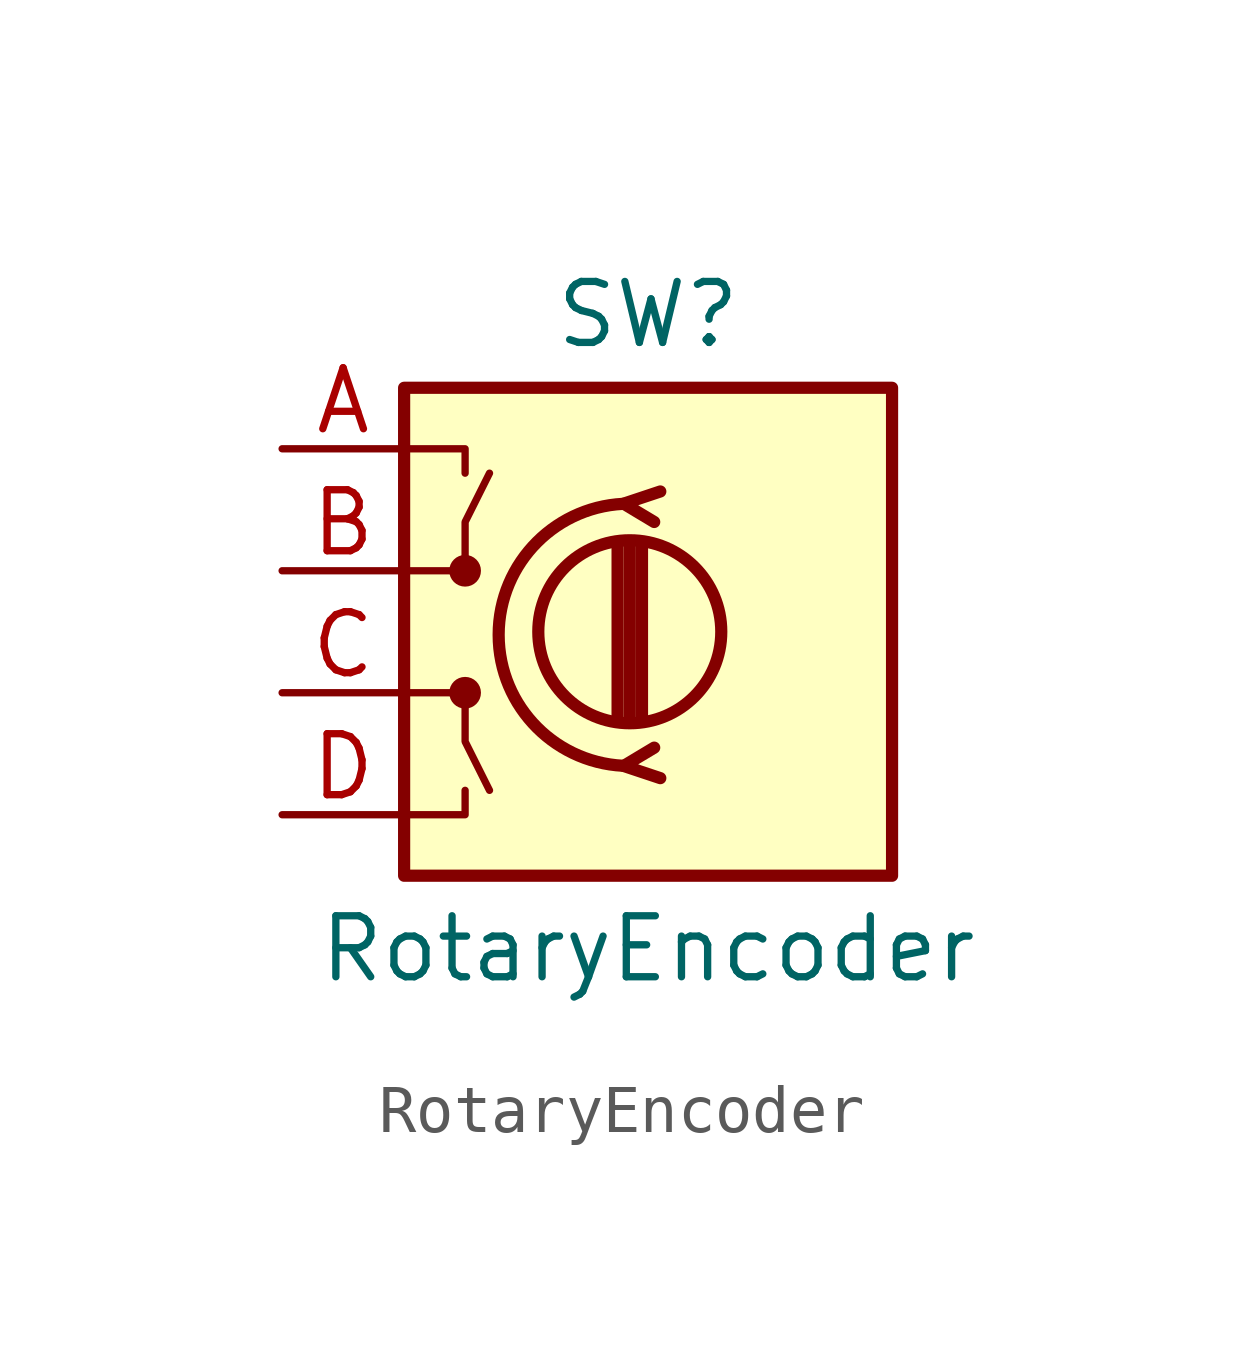
<source format=kicad_sym>
(kicad_symbol_lib
  (version 20220914)
  (generator kicad_symbol_editor)
  (symbol "RotaryEncoder"
    (pin_names
      (offset 0.254) hide)
    (property "Reference" "SW"
      (at 0 6.604 0)
      (effects (font (size 1.27 1.27))))
    (property "Value" "RotaryEncoder"
      (at 0 -6.604 0)
      (effects (font (size 1.27 1.27))))
    (symbol "RotaryEncoder_0_1"
      (rectangle (start -5.08 5.08) (end 5.08 -5.08) (stroke (width 0.254) (type default)) (fill (type background)))
      (circle (center -3.81 -1.27) (radius 0.254) (stroke (width 0) (type default)) (fill (type outline)))
      (circle (center -3.81 1.27) (radius 0.254) (stroke (width 0) (type default)) (fill (type outline)))
      (circle (center -0.381 0) (radius 1.905) (stroke (width 0.254) (type default)) (fill (type none)))
      (arc (start -0.381 2.667) (mid -3.0988 -0.0635) (end -0.381 -2.794) (stroke (width 0.254) (type default)) (fill (type none)))
      (polyline (pts (xy -0.635 -1.778) (xy -0.635 1.778)) (stroke (width 0.254) (type default)) (fill (type none)))
      (polyline (pts (xy -0.381 -1.778) (xy -0.381 1.778)) (stroke (width 0.254) (type default)) (fill (type none)))
      (polyline (pts (xy -0.127 1.778) (xy -0.127 -1.778)) (stroke (width 0.254) (type default)) (fill (type none)))
      (polyline (pts (xy -5.08 -3.81) (xy -3.81 -3.81) (xy -3.81 -3.302)) (stroke (width 0) (type default)) (fill (type none)))
      (polyline (pts (xy -5.08 3.81) (xy -3.81 3.81) (xy -3.81 3.302)) (stroke (width 0) (type default)) (fill (type none)))
      (polyline (pts (xy 0.254 -3.048) (xy -0.508 -2.794) (xy 0.127 -2.413)) (stroke (width 0.254) (type default)) (fill (type none)))
      (polyline (pts (xy 0.254 2.921) (xy -0.508 2.667) (xy 0.127 2.286)) (stroke (width 0.254) (type default)) (fill (type none)))
      (polyline (pts (xy -5.08 -1.27) (xy -3.81 -1.27) (xy -3.81 -2.286) (xy -3.302 -3.302)) (stroke (width 0) (type default)) (fill (type none)))
      (polyline (pts (xy -5.08 1.27) (xy -3.81 1.27) (xy -3.81 2.286) (xy -3.302 3.302)) (stroke (width 0) (type default)) (fill (type none))))
    (symbol "RotaryEncoder_1_1"
      (pin passive line (at -7.62 3.81 0) (length 2.54) (name "VCC" (effects (font (size 1.27 1.27)))) (number "A" (effects (font (size 1.27 1.27)))))
      (pin passive line (at -7.62 1.27 0) (length 2.54) (name "C1" (effects (font (size 1.27 1.27)))) (number "B" (effects (font (size 1.27 1.27)))))
      (pin passive line (at -7.62 -1.27 0) (length 2.54) (name "C2" (effects (font (size 1.27 1.27)))) (number "C" (effects (font (size 1.27 1.27)))))
      (pin passive line (at -7.62 -3.81 0) (length 2.54) (name "GND" (effects (font (size 1.27 1.27)))) (number "D" (effects (font (size 1.27 1.27))))))))
</source>
